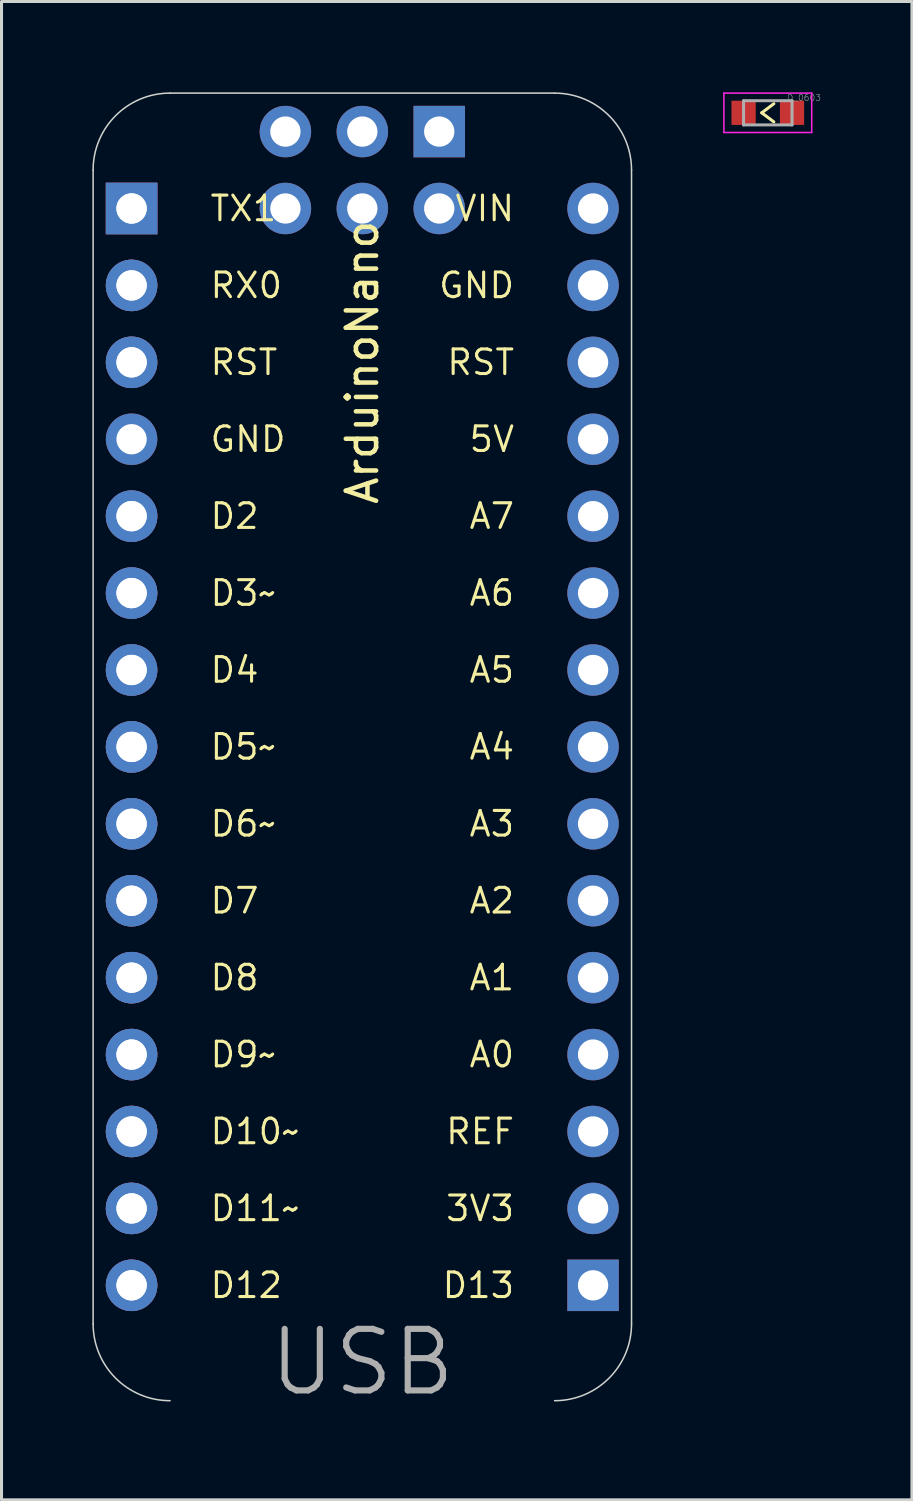
<source format=kicad_pcb>
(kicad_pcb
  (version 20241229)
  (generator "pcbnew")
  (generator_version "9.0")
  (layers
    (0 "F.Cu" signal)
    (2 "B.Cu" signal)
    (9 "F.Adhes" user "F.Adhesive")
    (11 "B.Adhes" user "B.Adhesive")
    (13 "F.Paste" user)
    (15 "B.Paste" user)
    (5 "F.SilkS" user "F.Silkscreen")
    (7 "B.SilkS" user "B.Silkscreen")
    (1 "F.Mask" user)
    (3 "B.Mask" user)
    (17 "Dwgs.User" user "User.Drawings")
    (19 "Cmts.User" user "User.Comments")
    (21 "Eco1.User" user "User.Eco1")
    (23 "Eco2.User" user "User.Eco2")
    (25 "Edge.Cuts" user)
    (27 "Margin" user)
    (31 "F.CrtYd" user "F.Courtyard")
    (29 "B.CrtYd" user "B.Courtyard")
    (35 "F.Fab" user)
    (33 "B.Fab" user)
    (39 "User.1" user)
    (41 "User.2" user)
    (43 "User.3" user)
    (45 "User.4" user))
  (footprint "ArduinoNano"
    (layer "F.Cu")
    (at 1.295 3.835)
    (property "Reference" "ArduinoNano" (at 7.62 5.08 90) (layer "F.SilkS") (effects (font (size 1 1) (thickness 0.15))))
    (attr through_hole)
    (fp_line (start -1.27 36.83) (end -1.27 -1.27) (stroke (width 0.05) (type solid)) (layer "Edge.Cuts"))
    (fp_line (start 1.27 -3.81) (end 13.97 -3.81) (stroke (width 0.05) (type solid)) (layer "Edge.Cuts"))
    (fp_line (start 16.51 -1.27) (end 16.51 36.83) (stroke (width 0.05) (type solid)) (layer "Edge.Cuts"))
    (fp_arc (start -1.27 -1.27) (mid -0.526051 -3.066051) (end 1.27 -3.81) (stroke (width 0.05) (type solid)) (layer "Edge.Cuts"))
    (fp_arc (start 1.27 39.37) (mid -0.526051 38.626051) (end -1.27 36.83) (stroke (width 0.05) (type solid)) (layer "Edge.Cuts"))
    (fp_arc (start 13.97 -3.81) (mid 15.766051 -3.066051) (end 16.51 -1.27) (stroke (width 0.05) (type solid)) (layer "Edge.Cuts"))
    (fp_arc (start 16.51 36.83) (mid 15.766051 38.626051) (end 13.97 39.37) (stroke (width 0.05) (type solid)) (layer "Edge.Cuts"))
    (fp_text user "D2" (at 2.54 10.16 0) (layer "F.SilkS") (effects (font (size 0.813 0.813) (thickness 0.102)) (justify left)))
    (fp_text user "RX0" (at 2.54 2.54 180) (layer "F.SilkS") (effects (font (size 0.813 0.813) (thickness 0.102)) (justify left)))
    (fp_text user "D12" (at 2.54 35.56 0) (layer "F.SilkS") (effects (font (size 0.813 0.813) (thickness 0.102)) (justify left)))
    (fp_text user "D8" (at 2.54 25.4 0) (layer "F.SilkS") (effects (font (size 0.813 0.813) (thickness 0.102)) (justify left)))
    (fp_text user "D5~" (at 2.54 17.78 0) (layer "F.SilkS") (effects (font (size 0.813 0.813) (thickness 0.102)) (justify left)))
    (fp_text user "GND" (at 12.7 2.54 0) (layer "F.SilkS") (effects (font (size 0.813 0.813) (thickness 0.102)) (justify right)))
    (fp_text user "A0" (at 12.7 27.94 0) (layer "F.SilkS") (effects (font (size 0.813 0.813) (thickness 0.102)) (justify right)))
    (fp_text user "D6~" (at 2.54 20.32 0) (layer "F.SilkS") (effects (font (size 0.813 0.813) (thickness 0.102)) (justify left)))
    (fp_text user "RST" (at 12.7 5.08 0) (layer "F.SilkS") (effects (font (size 0.813 0.813) (thickness 0.102)) (justify right)))
    (fp_text user "D7" (at 2.54 22.86 0) (layer "F.SilkS") (effects (font (size 0.813 0.813) (thickness 0.102)) (justify left)))
    (fp_text user "A7" (at 12.7 10.16 0) (layer "F.SilkS") (effects (font (size 0.813 0.813) (thickness 0.102)) (justify right)))
    (fp_text user "REF" (at 12.7 30.48 0) (layer "F.SilkS") (effects (font (size 0.813 0.813) (thickness 0.102)) (justify right)))
    (fp_text user "3V3" (at 12.7 33.02 0) (layer "F.SilkS") (effects (font (size 0.813 0.813) (thickness 0.102)) (justify right)))
    (fp_text user "D10~" (at 2.54 30.48 0) (layer "F.SilkS") (effects (font (size 0.813 0.813) (thickness 0.102)) (justify left)))
    (fp_text user "A6" (at 12.7 12.7 0) (layer "F.SilkS") (effects (font (size 0.813 0.813) (thickness 0.102)) (justify right)))
    (fp_text user "GND" (at 2.54 7.62 0) (layer "F.SilkS") (effects (font (size 0.813 0.813) (thickness 0.102)) (justify left)))
    (fp_text user "A5" (at 12.7 15.24 0) (layer "F.SilkS") (effects (font (size 0.813 0.813) (thickness 0.102)) (justify right)))
    (fp_text user "RST" (at 2.54 5.08 0) (layer "F.SilkS") (effects (font (size 0.813 0.813) (thickness 0.102)) (justify left)))
    (fp_text user "D13" (at 12.7 35.56 0) (layer "F.SilkS") (effects (font (size 0.813 0.813) (thickness 0.102)) (justify right)))
    (fp_text user "D9~" (at 2.54 27.94 0) (layer "F.SilkS") (effects (font (size 0.813 0.813) (thickness 0.102)) (justify left)))
    (fp_text user "A4" (at 12.7 17.78 0) (layer "F.SilkS") (effects (font (size 0.813 0.813) (thickness 0.102)) (justify right)))
    (fp_text user "A1" (at 12.7 25.4 0) (layer "F.SilkS") (effects (font (size 0.813 0.813) (thickness 0.102)) (justify right)))
    (fp_text user "D11~" (at 2.54 33.02 0) (layer "F.SilkS") (effects (font (size 0.813 0.813) (thickness 0.102)) (justify left)))
    (fp_text user "A2" (at 12.7 22.86 0) (layer "F.SilkS") (effects (font (size 0.813 0.813) (thickness 0.102)) (justify right)))
    (fp_text user "VIN" (at 12.7 0 0) (layer "F.SilkS") (effects (font (size 0.813 0.813) (thickness 0.102)) (justify right)))
    (fp_text user "TX1" (at 2.54 0 180) (layer "F.SilkS") (effects (font (size 0.813 0.813) (thickness 0.102)) (justify left)))
    (fp_text user "D4" (at 2.54 15.24 0) (layer "F.SilkS") (effects (font (size 0.813 0.813) (thickness 0.102)) (justify left)))
    (fp_text user "A3" (at 12.7 20.32 0) (layer "F.SilkS") (effects (font (size 0.813 0.813) (thickness 0.102)) (justify right)))
    (fp_text user "D3~" (at 2.54 12.7 0) (layer "F.SilkS") (effects (font (size 0.813 0.813) (thickness 0.102)) (justify left)))
    (fp_text user "5V" (at 12.7 7.62 0) (layer "F.SilkS") (effects (font (size 0.813 0.813) (thickness 0.102)) (justify right)))
    (fp_text user "USB" (at 7.62 38.1 0) (layer "F.Fab") (effects (font (size 2.032 2.032) (thickness 0.203))))
    (pad "1" thru_hole rect (at 0 0) (size 1.7 1.7) (drill 1) (layers "*.Cu" "*.Mask"))
    (pad "1" thru_hole rect (at 0 0) (size 1.7 1.7) (drill 1) (layers "*.Cu" "*.Mask"))
    (pad "2" thru_hole oval (at 0 2.54) (size 1.7 1.7) (drill 1) (layers "*.Cu" "*.Mask"))
    (pad "2" thru_hole oval (at 0 2.54) (size 1.7 1.7) (drill 1) (layers "*.Cu" "*.Mask"))
    (pad "3" thru_hole oval (at 0 5.08) (size 1.7 1.7) (drill 1) (layers "*.Cu" "*.Mask"))
    (pad "3" thru_hole oval (at 0 5.08) (size 1.7 1.7) (drill 1) (layers "*.Cu" "*.Mask"))
    (pad "4" thru_hole oval (at 0 7.62) (size 1.7 1.7) (drill 1) (layers "*.Cu" "*.Mask"))
    (pad "5" thru_hole oval (at 0 10.16) (size 1.7 1.7) (drill 1) (layers "*.Cu" "*.Mask"))
    (pad "5" thru_hole oval (at 0 10.16) (size 1.7 1.7) (drill 1) (layers "*.Cu" "*.Mask"))
    (pad "6" thru_hole oval (at 0 12.7) (size 1.7 1.7) (drill 1) (layers "*.Cu" "*.Mask"))
    (pad "6" thru_hole oval (at 0 12.7) (size 1.7 1.7) (drill 1) (layers "*.Cu" "*.Mask"))
    (pad "7" thru_hole oval (at 0 15.24) (size 1.7 1.7) (drill 1) (layers "*.Cu" "*.Mask"))
    (pad "7" thru_hole oval (at 0 15.24) (size 1.7 1.7) (drill 1) (layers "*.Cu" "*.Mask"))
    (pad "8" thru_hole oval (at 0 17.78) (size 1.7 1.7) (drill 1) (layers "*.Cu" "*.Mask"))
    (pad "8" thru_hole oval (at 0 17.78) (size 1.7 1.7) (drill 1) (layers "*.Cu" "*.Mask"))
    (pad "9" thru_hole oval (at 0 20.32) (size 1.7 1.7) (drill 1) (layers "*.Cu" "*.Mask"))
    (pad "9" thru_hole oval (at 0 20.32) (size 1.7 1.7) (drill 1) (layers "*.Cu" "*.Mask"))
    (pad "10" thru_hole oval (at 0 22.86) (size 1.7 1.7) (drill 1) (layers "*.Cu" "*.Mask"))
    (pad "10" thru_hole oval (at 0 22.86) (size 1.7 1.7) (drill 1) (layers "*.Cu" "*.Mask"))
    (pad "11" thru_hole oval (at 0 25.4) (size 1.7 1.7) (drill 1) (layers "*.Cu" "*.Mask"))
    (pad "11" thru_hole oval (at 0 25.4) (size 1.7 1.7) (drill 1) (layers "*.Cu" "*.Mask"))
    (pad "12" thru_hole oval (at 0 27.94) (size 1.7 1.7) (drill 1) (layers "*.Cu" "*.Mask"))
    (pad "12" thru_hole oval (at 0 27.94) (size 1.7 1.7) (drill 1) (layers "*.Cu" "*.Mask"))
    (pad "13" thru_hole oval (at 0 30.48) (size 1.7 1.7) (drill 1) (layers "*.Cu" "*.Mask"))
    (pad "13" thru_hole oval (at 0 30.48) (size 1.7 1.7) (drill 1) (layers "*.Cu" "*.Mask"))
    (pad "14" thru_hole oval (at 0 33.02) (size 1.7 1.7) (drill 1) (layers "*.Cu" "*.Mask"))
    (pad "14" thru_hole oval (at 0 33.02) (size 1.7 1.7) (drill 1) (layers "*.Cu" "*.Mask"))
    (pad "15" thru_hole oval (at 0 35.56) (size 1.7 1.7) (drill 1) (layers "*.Cu" "*.Mask"))
    (pad "15" thru_hole oval (at 0 35.56) (size 1.7 1.7) (drill 1) (layers "*.Cu" "*.Mask"))
    (pad "16" thru_hole rect (at 15.24 35.56 180) (size 1.7 1.7) (drill 1) (layers "*.Cu" "*.Mask"))
    (pad "17" thru_hole oval (at 15.24 33.02 180) (size 1.7 1.7) (drill 1) (layers "*.Cu" "*.Mask"))
    (pad "18" thru_hole oval (at 15.24 30.48 180) (size 1.7 1.7) (drill 1) (layers "*.Cu" "*.Mask"))
    (pad "19" thru_hole oval (at 15.24 27.94 180) (size 1.7 1.7) (drill 1) (layers "*.Cu" "*.Mask"))
    (pad "20" thru_hole oval (at 15.24 25.4 180) (size 1.7 1.7) (drill 1) (layers "*.Cu" "*.Mask"))
    (pad "21" thru_hole oval (at 15.24 22.86 180) (size 1.7 1.7) (drill 1) (layers "*.Cu" "*.Mask"))
    (pad "22" thru_hole oval (at 15.24 20.32 180) (size 1.7 1.7) (drill 1) (layers "*.Cu" "*.Mask"))
    (pad "23" thru_hole oval (at 15.24 17.78 180) (size 1.7 1.7) (drill 1) (layers "*.Cu" "*.Mask"))
    (pad "24" thru_hole oval (at 15.24 15.24 180) (size 1.7 1.7) (drill 1) (layers "*.Cu" "*.Mask"))
    (pad "25" thru_hole oval (at 15.24 12.7 180) (size 1.7 1.7) (drill 1) (layers "*.Cu" "*.Mask"))
    (pad "26" thru_hole oval (at 15.24 10.16 180) (size 1.7 1.7) (drill 1) (layers "*.Cu" "*.Mask"))
    (pad "27" thru_hole oval (at 15.24 7.62 180) (size 1.7 1.7) (drill 1) (layers "*.Cu" "*.Mask"))
    (pad "28" thru_hole oval (at 15.24 5.08 180) (size 1.7 1.7) (drill 1) (layers "*.Cu" "*.Mask"))
    (pad "29" thru_hole oval (at 15.24 2.54 180) (size 1.7 1.7) (drill 1) (layers "*.Cu" "*.Mask"))
    (pad "30" thru_hole oval (at 15.24 0 180) (size 1.7 1.7) (drill 1) (layers "*.Cu" "*.Mask"))
    (pad "I1" thru_hole rect (at 10.16 -2.54) (size 1.7 1.7) (drill 1) (layers "*.Cu" "*.Mask"))
    (pad "I2" thru_hole oval (at 10.16 0) (size 1.7 1.7) (drill 1) (layers "*.Cu" "*.Mask"))
    (pad "I3" thru_hole oval (at 7.62 -2.54) (size 1.7 1.7) (drill 1) (layers "*.Cu" "*.Mask"))
    (pad "I4" thru_hole oval (at 7.62 0) (size 1.7 1.7) (drill 1) (layers "*.Cu" "*.Mask"))
    (pad "I5" thru_hole oval (at 5.08 -2.54) (size 1.7 1.7) (drill 1) (layers "*.Cu" "*.Mask"))
    (pad "I6" thru_hole oval (at 5.08 0) (size 1.7 1.7) (drill 1) (layers "*.Cu" "*.Mask")))
  (footprint "D_0603"
    (layer "F.Cu")
    (at 22.305 0.675)
    (property "Reference" "D_0603" (at 1.2 -0.5 0) (layer "F.Fab") (effects (font (size 0.2 0.2) (thickness 0.015))))
    (attr smd)
    (fp_line (start -0.2 0) (end 0.2 -0.3) (stroke (width 0.1) (type solid)) (layer "F.SilkS"))
    (fp_line (start 0.2 0.3) (end -0.2 0) (stroke (width 0.1) (type solid)) (layer "F.SilkS"))
    (fp_line (start -1.45 -0.65) (end 1.45 -0.65) (stroke (width 0.05) (type solid)) (layer "F.CrtYd"))
    (fp_line (start -1.45 0.65) (end -1.45 -0.65) (stroke (width 0.05) (type solid)) (layer "F.CrtYd"))
    (fp_line (start 1.45 -0.65) (end 1.45 0.65) (stroke (width 0.05) (type solid)) (layer "F.CrtYd"))
    (fp_line (start 1.45 0.65) (end -1.45 0.65) (stroke (width 0.05) (type solid)) (layer "F.CrtYd"))
    (fp_line (start -0.8 -0.4) (end 0.8 -0.4) (stroke (width 0.1) (type solid)) (layer "F.Fab"))
    (fp_line (start -0.8 0.4) (end -0.8 -0.4) (stroke (width 0.1) (type solid)) (layer "F.Fab"))
    (fp_line (start 0.8 -0.4) (end 0.8 0.4) (stroke (width 0.1) (type solid)) (layer "F.Fab"))
    (fp_line (start 0.8 0.4) (end -0.8 0.4) (stroke (width 0.1) (type solid)) (layer "F.Fab"))
    (pad "1" smd rect (at -0.8 0 180) (size 0.8 0.8) (layers "F.Cu" "F.Mask" "F.Paste"))
    (pad "2" smd rect (at 0.8 0 180) (size 0.8 0.8) (layers "F.Cu" "F.Mask" "F.Paste")))
  (gr_rect
    (start -3 -3)
    (end 27.065 46.48)
    (stroke (width 0.1) (type default))
    (fill no)
    (layer "Edge.Cuts")))
</source>
